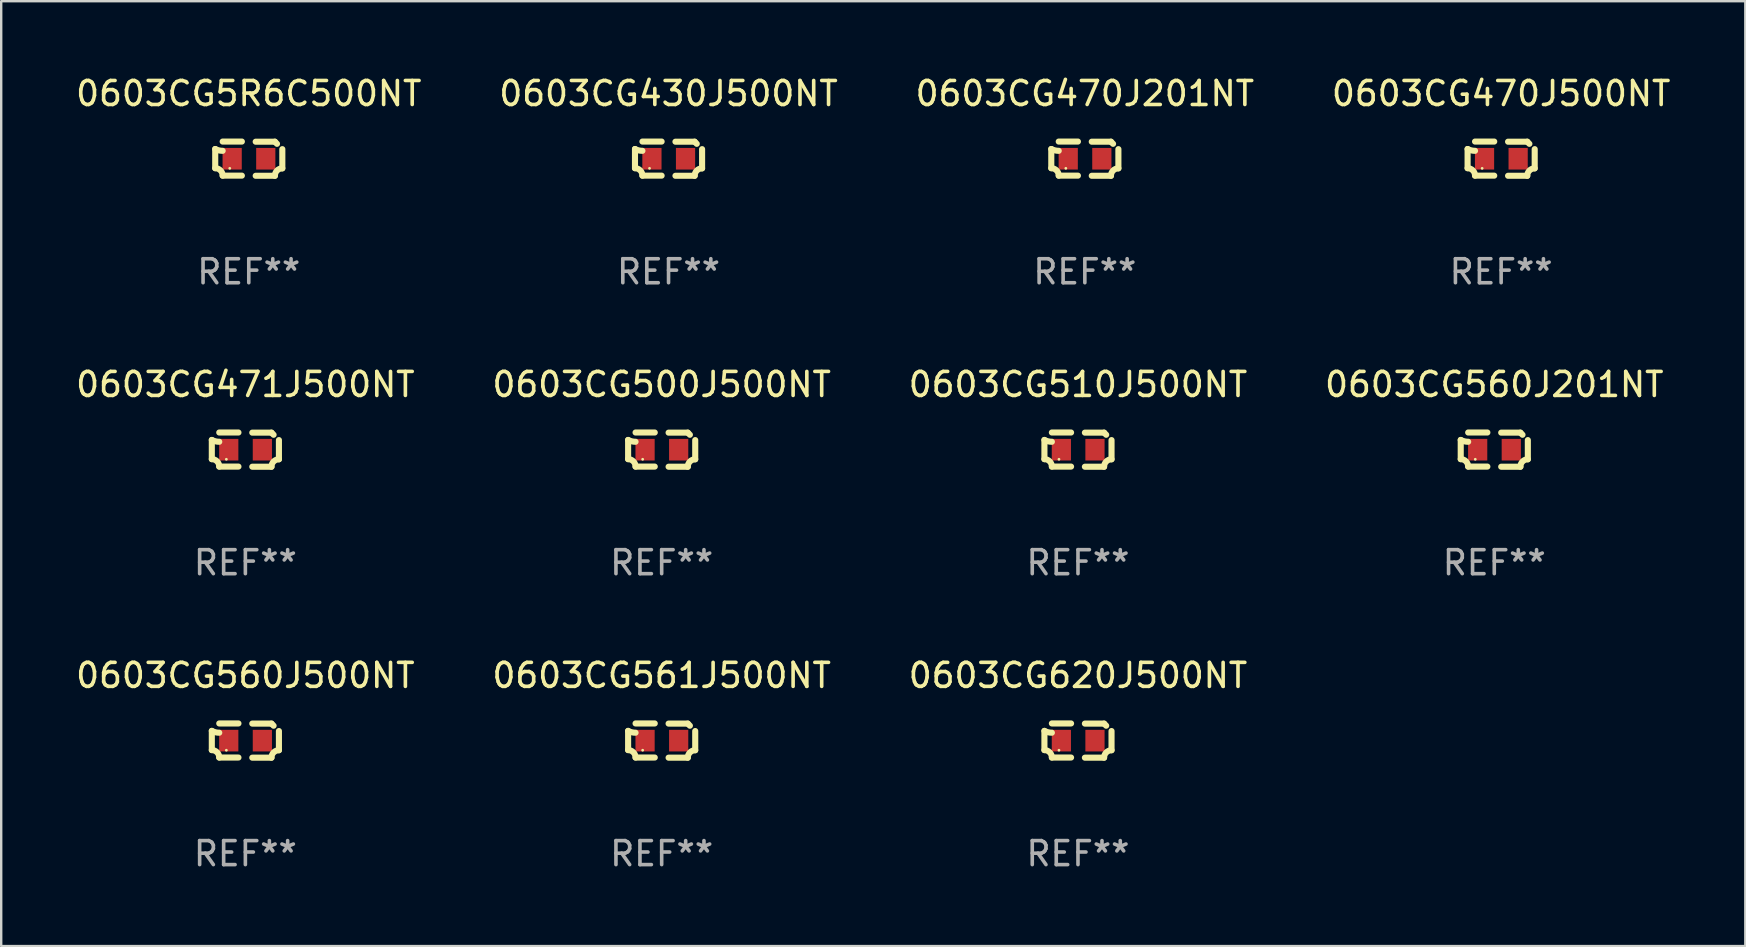
<source format=kicad_pcb>
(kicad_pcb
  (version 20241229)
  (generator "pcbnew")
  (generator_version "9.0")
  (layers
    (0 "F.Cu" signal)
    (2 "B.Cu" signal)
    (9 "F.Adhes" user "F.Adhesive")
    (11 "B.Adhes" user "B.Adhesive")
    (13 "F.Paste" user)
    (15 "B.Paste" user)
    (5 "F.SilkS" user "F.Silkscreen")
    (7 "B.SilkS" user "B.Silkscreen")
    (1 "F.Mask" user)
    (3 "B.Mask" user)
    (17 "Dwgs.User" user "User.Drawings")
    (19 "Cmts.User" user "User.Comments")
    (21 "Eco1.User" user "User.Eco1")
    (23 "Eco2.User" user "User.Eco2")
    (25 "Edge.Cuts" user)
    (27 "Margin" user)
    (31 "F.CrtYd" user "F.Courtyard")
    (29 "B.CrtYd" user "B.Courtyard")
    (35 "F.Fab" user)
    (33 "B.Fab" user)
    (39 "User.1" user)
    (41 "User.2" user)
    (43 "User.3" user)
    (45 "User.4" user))
  (footprint "0603CG560J201NT"
    (layer "F.Cu")
    (at 59.208 15.683)
    (property "Reference" "0603CG560J201NT" (at 0 -2.713 0) (layer "F.SilkS") (effects (font (size 1 1) (thickness 0.15))))
    (attr through_hole)
    (fp_line (start -1.398 -0.403) (end -1.398 0.397) (stroke (width 0.254) (type solid)) (layer "F.SilkS"))
    (fp_line (start -0.288 -0.713) (end -1.088 -0.713) (stroke (width 0.254) (type solid)) (layer "F.SilkS"))
    (fp_line (start -0.288 0.707) (end -1.088 0.707) (stroke (width 0.254) (type solid)) (layer "F.SilkS"))
    (fp_line (start 0.288 -0.707) (end 1.088 -0.707) (stroke (width 0.254) (type solid)) (layer "F.SilkS"))
    (fp_line (start 0.288 0.713) (end 1.088 0.713) (stroke (width 0.254) (type solid)) (layer "F.SilkS"))
    (fp_line (start 1.398 -0.397) (end 1.398 0.403) (stroke (width 0.254) (type solid)) (layer "F.SilkS"))
    (fp_arc (start -1.397789 0.397066) (mid -1.178701 0.487826) (end -1.08796 0.706922) (stroke (width 0.254001) (type solid)) (layer "F.SilkS"))
    (fp_arc (start -1.08796 -0.327176) (mid -1.247436 -0.346384) (end -1.39779 -0.402908) (stroke (width 0.254001) (type solid)) (layer "F.SilkS"))
    (fp_arc (start 1.087909 0.712738) (mid 1.178656 0.493655) (end 1.397739 0.402908) (stroke (width 0.254001) (type solid)) (layer "F.SilkS"))
    (fp_arc (start 1.175925 -0.618926) (mid 1.131917 -0.662923) (end 1.08791 -0.706922) (stroke (width 0.254001) (type solid)) (layer "F.SilkS"))
    (fp_circle (center -0.792 0.403) (end -0.762 0.403) (stroke (width 0.06) (type solid)) (fill no) (layer "F.SilkS"))
    (fp_text user "REF**" (at 0 4.713 0) (layer "F.Fab") (effects (font (size 1 1) (thickness 0.15))))
    (pad "1" smd rect (at -0.692 0.003) (size 0.8 0.9) (layers "F.Cu" "F.Mask" "F.Paste"))
    (pad "2" smd rect (at 0.708 0.003) (size 0.8 0.9) (layers "F.Cu" "F.Mask" "F.Paste")))
  (footprint "0603CG560J500NT"
    (layer "F.Cu")
    (at 7.173 27.805)
    (property "Reference" "0603CG560J500NT" (at 0 -2.713 0) (layer "F.SilkS") (effects (font (size 1 1) (thickness 0.15))))
    (attr through_hole)
    (fp_line (start -1.398 -0.403) (end -1.398 0.397) (stroke (width 0.254) (type solid)) (layer "F.SilkS"))
    (fp_line (start -0.288 -0.713) (end -1.088 -0.713) (stroke (width 0.254) (type solid)) (layer "F.SilkS"))
    (fp_line (start -0.288 0.707) (end -1.088 0.707) (stroke (width 0.254) (type solid)) (layer "F.SilkS"))
    (fp_line (start 0.288 -0.707) (end 1.088 -0.707) (stroke (width 0.254) (type solid)) (layer "F.SilkS"))
    (fp_line (start 0.288 0.713) (end 1.088 0.713) (stroke (width 0.254) (type solid)) (layer "F.SilkS"))
    (fp_line (start 1.398 -0.397) (end 1.398 0.403) (stroke (width 0.254) (type solid)) (layer "F.SilkS"))
    (fp_arc (start -1.397789 0.397066) (mid -1.178701 0.487826) (end -1.08796 0.706922) (stroke (width 0.254001) (type solid)) (layer "F.SilkS"))
    (fp_arc (start -1.08796 -0.327176) (mid -1.247436 -0.346384) (end -1.39779 -0.402908) (stroke (width 0.254001) (type solid)) (layer "F.SilkS"))
    (fp_arc (start 1.087909 0.712738) (mid 1.178656 0.493655) (end 1.397739 0.402908) (stroke (width 0.254001) (type solid)) (layer "F.SilkS"))
    (fp_arc (start 1.175925 -0.618926) (mid 1.131917 -0.662923) (end 1.08791 -0.706922) (stroke (width 0.254001) (type solid)) (layer "F.SilkS"))
    (fp_circle (center -0.792 0.403) (end -0.762 0.403) (stroke (width 0.06) (type solid)) (fill no) (layer "F.SilkS"))
    (fp_text user "REF**" (at 0 4.713 0) (layer "F.Fab") (effects (font (size 1 1) (thickness 0.15))))
    (pad "1" smd rect (at -0.692 0.003) (size 0.8 0.9) (layers "F.Cu" "F.Mask" "F.Paste"))
    (pad "2" smd rect (at 0.708 0.003) (size 0.8 0.9) (layers "F.Cu" "F.Mask" "F.Paste")))
  (footprint "0603CG510J500NT"
    (layer "F.Cu")
    (at 41.863 15.683)
    (property "Reference" "0603CG510J500NT" (at 0 -2.713 0) (layer "F.SilkS") (effects (font (size 1 1) (thickness 0.15))))
    (attr through_hole)
    (fp_line (start -1.398 -0.403) (end -1.398 0.397) (stroke (width 0.254) (type solid)) (layer "F.SilkS"))
    (fp_line (start -0.288 -0.713) (end -1.088 -0.713) (stroke (width 0.254) (type solid)) (layer "F.SilkS"))
    (fp_line (start -0.288 0.707) (end -1.088 0.707) (stroke (width 0.254) (type solid)) (layer "F.SilkS"))
    (fp_line (start 0.288 -0.707) (end 1.088 -0.707) (stroke (width 0.254) (type solid)) (layer "F.SilkS"))
    (fp_line (start 0.288 0.713) (end 1.088 0.713) (stroke (width 0.254) (type solid)) (layer "F.SilkS"))
    (fp_line (start 1.398 -0.397) (end 1.398 0.403) (stroke (width 0.254) (type solid)) (layer "F.SilkS"))
    (fp_arc (start -1.397789 0.397066) (mid -1.178701 0.487826) (end -1.08796 0.706922) (stroke (width 0.254001) (type solid)) (layer "F.SilkS"))
    (fp_arc (start -1.08796 -0.327176) (mid -1.247436 -0.346384) (end -1.39779 -0.402908) (stroke (width 0.254001) (type solid)) (layer "F.SilkS"))
    (fp_arc (start 1.087909 0.712738) (mid 1.178656 0.493655) (end 1.397739 0.402908) (stroke (width 0.254001) (type solid)) (layer "F.SilkS"))
    (fp_arc (start 1.175925 -0.618926) (mid 1.131917 -0.662923) (end 1.08791 -0.706922) (stroke (width 0.254001) (type solid)) (layer "F.SilkS"))
    (fp_circle (center -0.792 0.403) (end -0.762 0.403) (stroke (width 0.06) (type solid)) (fill no) (layer "F.SilkS"))
    (fp_text user "REF**" (at 0 4.713 0) (layer "F.Fab") (effects (font (size 1 1) (thickness 0.15))))
    (pad "1" smd rect (at -0.692 0.003) (size 0.8 0.9) (layers "F.Cu" "F.Mask" "F.Paste"))
    (pad "2" smd rect (at 0.708 0.003) (size 0.8 0.9) (layers "F.Cu" "F.Mask" "F.Paste")))
  (footprint "0603CG470J500NT"
    (layer "F.Cu")
    (at 59.494 3.561)
    (property "Reference" "0603CG470J500NT" (at 0 -2.713 0) (layer "F.SilkS") (effects (font (size 1 1) (thickness 0.15))))
    (attr through_hole)
    (fp_line (start -1.398 -0.403) (end -1.398 0.397) (stroke (width 0.254) (type solid)) (layer "F.SilkS"))
    (fp_line (start -0.288 -0.713) (end -1.088 -0.713) (stroke (width 0.254) (type solid)) (layer "F.SilkS"))
    (fp_line (start -0.288 0.707) (end -1.088 0.707) (stroke (width 0.254) (type solid)) (layer "F.SilkS"))
    (fp_line (start 0.288 -0.707) (end 1.088 -0.707) (stroke (width 0.254) (type solid)) (layer "F.SilkS"))
    (fp_line (start 0.288 0.713) (end 1.088 0.713) (stroke (width 0.254) (type solid)) (layer "F.SilkS"))
    (fp_line (start 1.398 -0.397) (end 1.398 0.403) (stroke (width 0.254) (type solid)) (layer "F.SilkS"))
    (fp_arc (start -1.397789 0.397066) (mid -1.178701 0.487826) (end -1.08796 0.706922) (stroke (width 0.254001) (type solid)) (layer "F.SilkS"))
    (fp_arc (start -1.08796 -0.327176) (mid -1.247436 -0.346384) (end -1.39779 -0.402908) (stroke (width 0.254001) (type solid)) (layer "F.SilkS"))
    (fp_arc (start 1.087909 0.712738) (mid 1.178656 0.493655) (end 1.397739 0.402908) (stroke (width 0.254001) (type solid)) (layer "F.SilkS"))
    (fp_arc (start 1.175925 -0.618926) (mid 1.131917 -0.662923) (end 1.08791 -0.706922) (stroke (width 0.254001) (type solid)) (layer "F.SilkS"))
    (fp_circle (center -0.792 0.403) (end -0.762 0.403) (stroke (width 0.06) (type solid)) (fill no) (layer "F.SilkS"))
    (fp_text user "REF**" (at 0 4.713 0) (layer "F.Fab") (effects (font (size 1 1) (thickness 0.15))))
    (pad "1" smd rect (at -0.692 0.003) (size 0.8 0.9) (layers "F.Cu" "F.Mask" "F.Paste"))
    (pad "2" smd rect (at 0.708 0.003) (size 0.8 0.9) (layers "F.Cu" "F.Mask" "F.Paste")))
  (footprint "0603CG470J201NT"
    (layer "F.Cu")
    (at 42.149 3.561)
    (property "Reference" "0603CG470J201NT" (at 0 -2.713 0) (layer "F.SilkS") (effects (font (size 1 1) (thickness 0.15))))
    (attr through_hole)
    (fp_line (start -1.398 -0.403) (end -1.398 0.397) (stroke (width 0.254) (type solid)) (layer "F.SilkS"))
    (fp_line (start -0.288 -0.713) (end -1.088 -0.713) (stroke (width 0.254) (type solid)) (layer "F.SilkS"))
    (fp_line (start -0.288 0.707) (end -1.088 0.707) (stroke (width 0.254) (type solid)) (layer "F.SilkS"))
    (fp_line (start 0.288 -0.707) (end 1.088 -0.707) (stroke (width 0.254) (type solid)) (layer "F.SilkS"))
    (fp_line (start 0.288 0.713) (end 1.088 0.713) (stroke (width 0.254) (type solid)) (layer "F.SilkS"))
    (fp_line (start 1.398 -0.397) (end 1.398 0.403) (stroke (width 0.254) (type solid)) (layer "F.SilkS"))
    (fp_arc (start -1.397789 0.397066) (mid -1.178701 0.487826) (end -1.08796 0.706922) (stroke (width 0.254001) (type solid)) (layer "F.SilkS"))
    (fp_arc (start -1.08796 -0.327176) (mid -1.247436 -0.346384) (end -1.39779 -0.402908) (stroke (width 0.254001) (type solid)) (layer "F.SilkS"))
    (fp_arc (start 1.087909 0.712738) (mid 1.178656 0.493655) (end 1.397739 0.402908) (stroke (width 0.254001) (type solid)) (layer "F.SilkS"))
    (fp_arc (start 1.175925 -0.618926) (mid 1.131917 -0.662923) (end 1.08791 -0.706922) (stroke (width 0.254001) (type solid)) (layer "F.SilkS"))
    (fp_circle (center -0.792 0.403) (end -0.762 0.403) (stroke (width 0.06) (type solid)) (fill no) (layer "F.SilkS"))
    (fp_text user "REF**" (at 0 4.713 0) (layer "F.Fab") (effects (font (size 1 1) (thickness 0.15))))
    (pad "1" smd rect (at -0.692 0.003) (size 0.8 0.9) (layers "F.Cu" "F.Mask" "F.Paste"))
    (pad "2" smd rect (at 0.708 0.003) (size 0.8 0.9) (layers "F.Cu" "F.Mask" "F.Paste")))
  (footprint "0603CG5R6C500NT"
    (layer "F.Cu")
    (at 7.315 3.561)
    (property "Reference" "0603CG5R6C500NT" (at 0 -2.713 0) (layer "F.SilkS") (effects (font (size 1 1) (thickness 0.15))))
    (attr through_hole)
    (fp_line (start -1.398 -0.403) (end -1.398 0.397) (stroke (width 0.254) (type solid)) (layer "F.SilkS"))
    (fp_line (start -0.288 -0.713) (end -1.088 -0.713) (stroke (width 0.254) (type solid)) (layer "F.SilkS"))
    (fp_line (start -0.288 0.707) (end -1.088 0.707) (stroke (width 0.254) (type solid)) (layer "F.SilkS"))
    (fp_line (start 0.288 -0.707) (end 1.088 -0.707) (stroke (width 0.254) (type solid)) (layer "F.SilkS"))
    (fp_line (start 0.288 0.713) (end 1.088 0.713) (stroke (width 0.254) (type solid)) (layer "F.SilkS"))
    (fp_line (start 1.398 -0.397) (end 1.398 0.403) (stroke (width 0.254) (type solid)) (layer "F.SilkS"))
    (fp_arc (start -1.397789 0.397066) (mid -1.178701 0.487826) (end -1.08796 0.706922) (stroke (width 0.254001) (type solid)) (layer "F.SilkS"))
    (fp_arc (start -1.08796 -0.327176) (mid -1.247436 -0.346384) (end -1.39779 -0.402908) (stroke (width 0.254001) (type solid)) (layer "F.SilkS"))
    (fp_arc (start 1.087909 0.712738) (mid 1.178656 0.493655) (end 1.397739 0.402908) (stroke (width 0.254001) (type solid)) (layer "F.SilkS"))
    (fp_arc (start 1.175925 -0.618926) (mid 1.131917 -0.662923) (end 1.08791 -0.706922) (stroke (width 0.254001) (type solid)) (layer "F.SilkS"))
    (fp_circle (center -0.792 0.403) (end -0.762 0.403) (stroke (width 0.06) (type solid)) (fill no) (layer "F.SilkS"))
    (fp_text user "REF**" (at 0 4.713 0) (layer "F.Fab") (effects (font (size 1 1) (thickness 0.15))))
    (pad "1" smd rect (at -0.692 0.003) (size 0.8 0.9) (layers "F.Cu" "F.Mask" "F.Paste"))
    (pad "2" smd rect (at 0.708 0.003) (size 0.8 0.9) (layers "F.Cu" "F.Mask" "F.Paste")))
  (footprint "0603CG620J500NT"
    (layer "F.Cu")
    (at 41.863 27.805)
    (property "Reference" "0603CG620J500NT" (at 0 -2.713 0) (layer "F.SilkS") (effects (font (size 1 1) (thickness 0.15))))
    (attr through_hole)
    (fp_line (start -1.398 -0.403) (end -1.398 0.397) (stroke (width 0.254) (type solid)) (layer "F.SilkS"))
    (fp_line (start -0.288 -0.713) (end -1.088 -0.713) (stroke (width 0.254) (type solid)) (layer "F.SilkS"))
    (fp_line (start -0.288 0.707) (end -1.088 0.707) (stroke (width 0.254) (type solid)) (layer "F.SilkS"))
    (fp_line (start 0.288 -0.707) (end 1.088 -0.707) (stroke (width 0.254) (type solid)) (layer "F.SilkS"))
    (fp_line (start 0.288 0.713) (end 1.088 0.713) (stroke (width 0.254) (type solid)) (layer "F.SilkS"))
    (fp_line (start 1.398 -0.397) (end 1.398 0.403) (stroke (width 0.254) (type solid)) (layer "F.SilkS"))
    (fp_arc (start -1.397789 0.397066) (mid -1.178701 0.487826) (end -1.08796 0.706922) (stroke (width 0.254001) (type solid)) (layer "F.SilkS"))
    (fp_arc (start -1.08796 -0.327176) (mid -1.247436 -0.346384) (end -1.39779 -0.402908) (stroke (width 0.254001) (type solid)) (layer "F.SilkS"))
    (fp_arc (start 1.087909 0.712738) (mid 1.178656 0.493655) (end 1.397739 0.402908) (stroke (width 0.254001) (type solid)) (layer "F.SilkS"))
    (fp_arc (start 1.175925 -0.618926) (mid 1.131917 -0.662923) (end 1.08791 -0.706922) (stroke (width 0.254001) (type solid)) (layer "F.SilkS"))
    (fp_circle (center -0.792 0.403) (end -0.762 0.403) (stroke (width 0.06) (type solid)) (fill no) (layer "F.SilkS"))
    (fp_text user "REF**" (at 0 4.713 0) (layer "F.Fab") (effects (font (size 1 1) (thickness 0.15))))
    (pad "1" smd rect (at -0.692 0.003) (size 0.8 0.9) (layers "F.Cu" "F.Mask" "F.Paste"))
    (pad "2" smd rect (at 0.708 0.003) (size 0.8 0.9) (layers "F.Cu" "F.Mask" "F.Paste")))
  (footprint "0603CG500J500NT"
    (layer "F.Cu")
    (at 24.518 15.683)
    (property "Reference" "0603CG500J500NT" (at 0 -2.713 0) (layer "F.SilkS") (effects (font (size 1 1) (thickness 0.15))))
    (attr through_hole)
    (fp_line (start -1.398 -0.403) (end -1.398 0.397) (stroke (width 0.254) (type solid)) (layer "F.SilkS"))
    (fp_line (start -0.288 -0.713) (end -1.088 -0.713) (stroke (width 0.254) (type solid)) (layer "F.SilkS"))
    (fp_line (start -0.288 0.707) (end -1.088 0.707) (stroke (width 0.254) (type solid)) (layer "F.SilkS"))
    (fp_line (start 0.288 -0.707) (end 1.088 -0.707) (stroke (width 0.254) (type solid)) (layer "F.SilkS"))
    (fp_line (start 0.288 0.713) (end 1.088 0.713) (stroke (width 0.254) (type solid)) (layer "F.SilkS"))
    (fp_line (start 1.398 -0.397) (end 1.398 0.403) (stroke (width 0.254) (type solid)) (layer "F.SilkS"))
    (fp_arc (start -1.397789 0.397066) (mid -1.178701 0.487826) (end -1.08796 0.706922) (stroke (width 0.254001) (type solid)) (layer "F.SilkS"))
    (fp_arc (start -1.08796 -0.327176) (mid -1.247436 -0.346384) (end -1.39779 -0.402908) (stroke (width 0.254001) (type solid)) (layer "F.SilkS"))
    (fp_arc (start 1.087909 0.712738) (mid 1.178656 0.493655) (end 1.397739 0.402908) (stroke (width 0.254001) (type solid)) (layer "F.SilkS"))
    (fp_arc (start 1.175925 -0.618926) (mid 1.131917 -0.662923) (end 1.08791 -0.706922) (stroke (width 0.254001) (type solid)) (layer "F.SilkS"))
    (fp_circle (center -0.792 0.403) (end -0.762 0.403) (stroke (width 0.06) (type solid)) (fill no) (layer "F.SilkS"))
    (fp_text user "REF**" (at 0 4.713 0) (layer "F.Fab") (effects (font (size 1 1) (thickness 0.15))))
    (pad "1" smd rect (at -0.692 0.003) (size 0.8 0.9) (layers "F.Cu" "F.Mask" "F.Paste"))
    (pad "2" smd rect (at 0.708 0.003) (size 0.8 0.9) (layers "F.Cu" "F.Mask" "F.Paste")))
  (footprint "0603CG471J500NT"
    (layer "F.Cu")
    (at 7.173 15.683)
    (property "Reference" "0603CG471J500NT" (at 0 -2.713 0) (layer "F.SilkS") (effects (font (size 1 1) (thickness 0.15))))
    (attr through_hole)
    (fp_line (start -1.398 -0.403) (end -1.398 0.397) (stroke (width 0.254) (type solid)) (layer "F.SilkS"))
    (fp_line (start -0.288 -0.713) (end -1.088 -0.713) (stroke (width 0.254) (type solid)) (layer "F.SilkS"))
    (fp_line (start -0.288 0.707) (end -1.088 0.707) (stroke (width 0.254) (type solid)) (layer "F.SilkS"))
    (fp_line (start 0.288 -0.707) (end 1.088 -0.707) (stroke (width 0.254) (type solid)) (layer "F.SilkS"))
    (fp_line (start 0.288 0.713) (end 1.088 0.713) (stroke (width 0.254) (type solid)) (layer "F.SilkS"))
    (fp_line (start 1.398 -0.397) (end 1.398 0.403) (stroke (width 0.254) (type solid)) (layer "F.SilkS"))
    (fp_arc (start -1.397789 0.397066) (mid -1.178701 0.487826) (end -1.08796 0.706922) (stroke (width 0.254001) (type solid)) (layer "F.SilkS"))
    (fp_arc (start -1.08796 -0.327176) (mid -1.247436 -0.346384) (end -1.39779 -0.402908) (stroke (width 0.254001) (type solid)) (layer "F.SilkS"))
    (fp_arc (start 1.087909 0.712738) (mid 1.178656 0.493655) (end 1.397739 0.402908) (stroke (width 0.254001) (type solid)) (layer "F.SilkS"))
    (fp_arc (start 1.175925 -0.618926) (mid 1.131917 -0.662923) (end 1.08791 -0.706922) (stroke (width 0.254001) (type solid)) (layer "F.SilkS"))
    (fp_circle (center -0.792 0.403) (end -0.762 0.403) (stroke (width 0.06) (type solid)) (fill no) (layer "F.SilkS"))
    (fp_text user "REF**" (at 0 4.713 0) (layer "F.Fab") (effects (font (size 1 1) (thickness 0.15))))
    (pad "1" smd rect (at -0.692 0.003) (size 0.8 0.9) (layers "F.Cu" "F.Mask" "F.Paste"))
    (pad "2" smd rect (at 0.708 0.003) (size 0.8 0.9) (layers "F.Cu" "F.Mask" "F.Paste")))
  (footprint "0603CG561J500NT"
    (layer "F.Cu")
    (at 24.518 27.805)
    (property "Reference" "0603CG561J500NT" (at 0 -2.713 0) (layer "F.SilkS") (effects (font (size 1 1) (thickness 0.15))))
    (attr through_hole)
    (fp_line (start -1.398 -0.403) (end -1.398 0.397) (stroke (width 0.254) (type solid)) (layer "F.SilkS"))
    (fp_line (start -0.288 -0.713) (end -1.088 -0.713) (stroke (width 0.254) (type solid)) (layer "F.SilkS"))
    (fp_line (start -0.288 0.707) (end -1.088 0.707) (stroke (width 0.254) (type solid)) (layer "F.SilkS"))
    (fp_line (start 0.288 -0.707) (end 1.088 -0.707) (stroke (width 0.254) (type solid)) (layer "F.SilkS"))
    (fp_line (start 0.288 0.713) (end 1.088 0.713) (stroke (width 0.254) (type solid)) (layer "F.SilkS"))
    (fp_line (start 1.398 -0.397) (end 1.398 0.403) (stroke (width 0.254) (type solid)) (layer "F.SilkS"))
    (fp_arc (start -1.397789 0.397066) (mid -1.178701 0.487826) (end -1.08796 0.706922) (stroke (width 0.254001) (type solid)) (layer "F.SilkS"))
    (fp_arc (start -1.08796 -0.327176) (mid -1.247436 -0.346384) (end -1.39779 -0.402908) (stroke (width 0.254001) (type solid)) (layer "F.SilkS"))
    (fp_arc (start 1.087909 0.712738) (mid 1.178656 0.493655) (end 1.397739 0.402908) (stroke (width 0.254001) (type solid)) (layer "F.SilkS"))
    (fp_arc (start 1.175925 -0.618926) (mid 1.131917 -0.662923) (end 1.08791 -0.706922) (stroke (width 0.254001) (type solid)) (layer "F.SilkS"))
    (fp_circle (center -0.792 0.403) (end -0.762 0.403) (stroke (width 0.06) (type solid)) (fill no) (layer "F.SilkS"))
    (fp_text user "REF**" (at 0 4.713 0) (layer "F.Fab") (effects (font (size 1 1) (thickness 0.15))))
    (pad "1" smd rect (at -0.692 0.003) (size 0.8 0.9) (layers "F.Cu" "F.Mask" "F.Paste"))
    (pad "2" smd rect (at 0.708 0.003) (size 0.8 0.9) (layers "F.Cu" "F.Mask" "F.Paste")))
  (footprint "0603CG430J500NT"
    (layer "F.Cu")
    (at 24.804 3.561)
    (property "Reference" "0603CG430J500NT" (at 0 -2.713 0) (layer "F.SilkS") (effects (font (size 1 1) (thickness 0.15))))
    (attr through_hole)
    (fp_line (start -1.398 -0.403) (end -1.398 0.397) (stroke (width 0.254) (type solid)) (layer "F.SilkS"))
    (fp_line (start -0.288 -0.713) (end -1.088 -0.713) (stroke (width 0.254) (type solid)) (layer "F.SilkS"))
    (fp_line (start -0.288 0.707) (end -1.088 0.707) (stroke (width 0.254) (type solid)) (layer "F.SilkS"))
    (fp_line (start 0.288 -0.707) (end 1.088 -0.707) (stroke (width 0.254) (type solid)) (layer "F.SilkS"))
    (fp_line (start 0.288 0.713) (end 1.088 0.713) (stroke (width 0.254) (type solid)) (layer "F.SilkS"))
    (fp_line (start 1.398 -0.397) (end 1.398 0.403) (stroke (width 0.254) (type solid)) (layer "F.SilkS"))
    (fp_arc (start -1.397789 0.397066) (mid -1.178701 0.487826) (end -1.08796 0.706922) (stroke (width 0.254001) (type solid)) (layer "F.SilkS"))
    (fp_arc (start -1.08796 -0.327176) (mid -1.247436 -0.346384) (end -1.39779 -0.402908) (stroke (width 0.254001) (type solid)) (layer "F.SilkS"))
    (fp_arc (start 1.087909 0.712738) (mid 1.178656 0.493655) (end 1.397739 0.402908) (stroke (width 0.254001) (type solid)) (layer "F.SilkS"))
    (fp_arc (start 1.175925 -0.618926) (mid 1.131917 -0.662923) (end 1.08791 -0.706922) (stroke (width 0.254001) (type solid)) (layer "F.SilkS"))
    (fp_circle (center -0.792 0.403) (end -0.762 0.403) (stroke (width 0.06) (type solid)) (fill no) (layer "F.SilkS"))
    (fp_text user "REF**" (at 0 4.713 0) (layer "F.Fab") (effects (font (size 1 1) (thickness 0.15))))
    (pad "1" smd rect (at -0.692 0.003) (size 0.8 0.9) (layers "F.Cu" "F.Mask" "F.Paste"))
    (pad "2" smd rect (at 0.708 0.003) (size 0.8 0.9) (layers "F.Cu" "F.Mask" "F.Paste")))
  (gr_rect
    (start -3 -3)
    (end 69.667 36.366)
    (stroke (width 0.1) (type default))
    (fill no)
    (layer "Edge.Cuts")))
</source>
